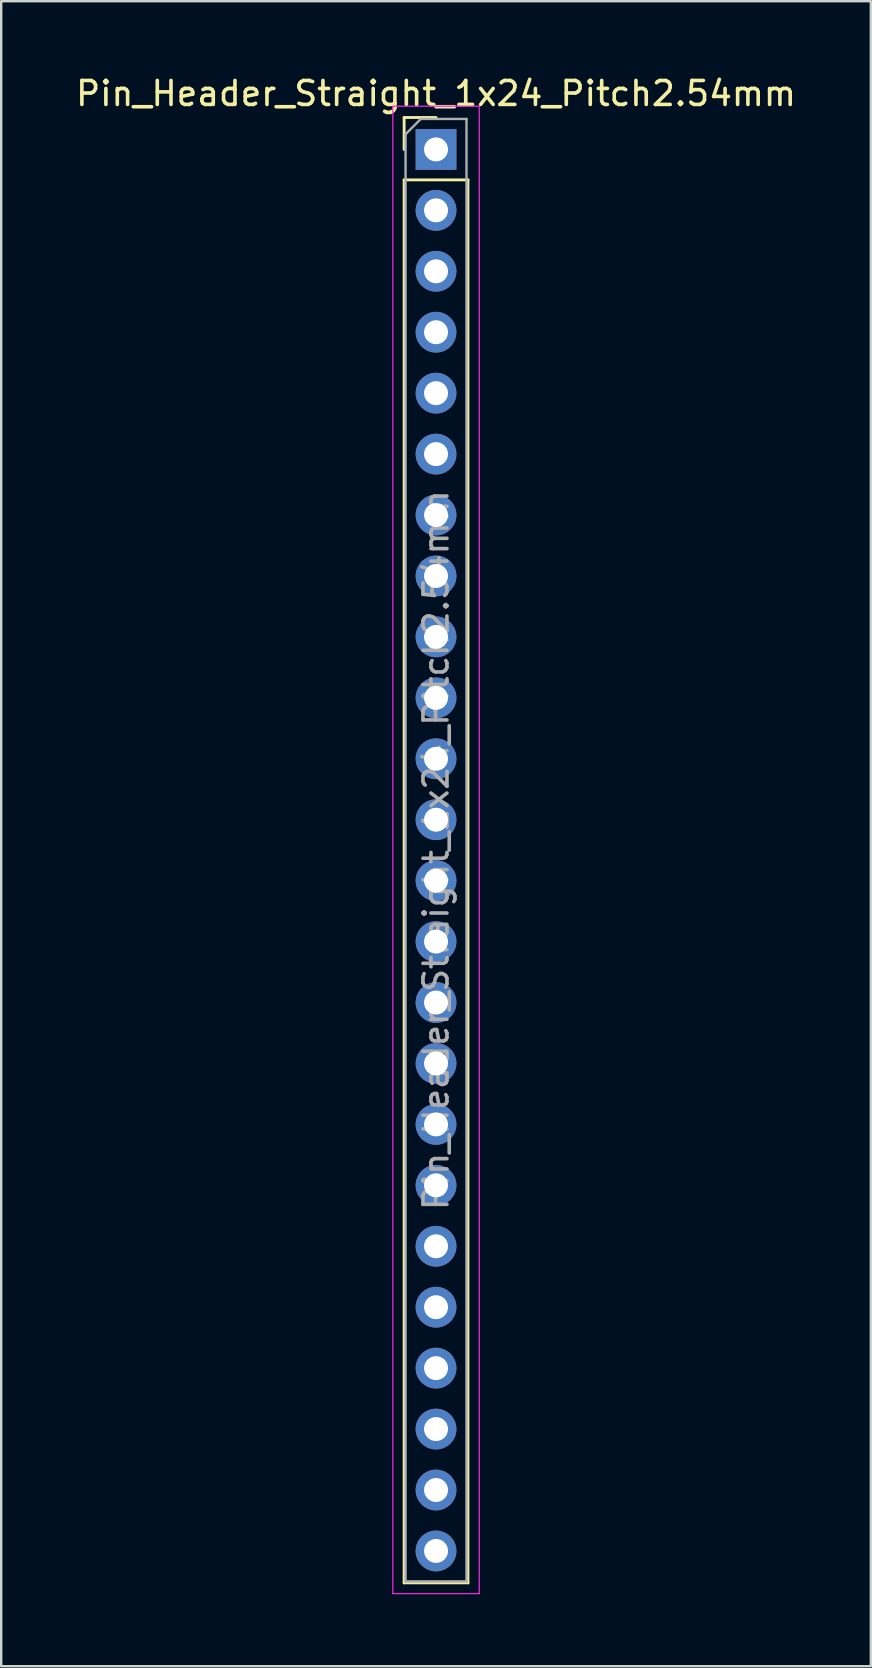
<source format=kicad_pcb>
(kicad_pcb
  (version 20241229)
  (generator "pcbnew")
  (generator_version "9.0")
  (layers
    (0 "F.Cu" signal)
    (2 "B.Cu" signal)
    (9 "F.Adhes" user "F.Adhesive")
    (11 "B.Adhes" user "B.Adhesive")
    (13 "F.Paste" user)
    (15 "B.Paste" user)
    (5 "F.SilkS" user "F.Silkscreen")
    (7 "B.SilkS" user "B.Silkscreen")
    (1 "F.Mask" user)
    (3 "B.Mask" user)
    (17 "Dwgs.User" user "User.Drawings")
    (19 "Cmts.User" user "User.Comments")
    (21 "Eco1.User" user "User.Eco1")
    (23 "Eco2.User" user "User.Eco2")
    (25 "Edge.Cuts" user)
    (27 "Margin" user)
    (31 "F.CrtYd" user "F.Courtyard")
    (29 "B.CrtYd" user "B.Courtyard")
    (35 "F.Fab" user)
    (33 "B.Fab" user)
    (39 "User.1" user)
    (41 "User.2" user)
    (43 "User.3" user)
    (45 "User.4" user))
  (footprint "Pin_Header_Straight_1x24_Pitch2.54mm"
    (layer "F.Cu")
    (at 15.125 3.178)
    (property "Reference" "Pin_Header_Straight_1x24_Pitch2.54mm" (at 0 -2.33 0) (layer "F.SilkS") (effects (font (size 1 1) (thickness 0.15))))
    (attr through_hole)
    (fp_line (start -1.33 -1.33) (end 0 -1.33) (stroke (width 0.12) (type solid)) (layer "F.SilkS"))
    (fp_line (start -1.33 0) (end -1.33 -1.33) (stroke (width 0.12) (type solid)) (layer "F.SilkS"))
    (fp_line (start -1.33 1.27) (end -1.33 59.75) (stroke (width 0.12) (type solid)) (layer "F.SilkS"))
    (fp_line (start -1.33 1.27) (end 1.33 1.27) (stroke (width 0.12) (type solid)) (layer "F.SilkS"))
    (fp_line (start -1.33 59.75) (end 1.33 59.75) (stroke (width 0.12) (type solid)) (layer "F.SilkS"))
    (fp_line (start 1.33 1.27) (end 1.33 59.75) (stroke (width 0.12) (type solid)) (layer "F.SilkS"))
    (fp_line (start -1.8 -1.8) (end -1.8 60.2) (stroke (width 0.05) (type solid)) (layer "F.CrtYd"))
    (fp_line (start -1.8 60.2) (end 1.8 60.2) (stroke (width 0.05) (type solid)) (layer "F.CrtYd"))
    (fp_line (start 1.8 -1.8) (end -1.8 -1.8) (stroke (width 0.05) (type solid)) (layer "F.CrtYd"))
    (fp_line (start 1.8 60.2) (end 1.8 -1.8) (stroke (width 0.05) (type solid)) (layer "F.CrtYd"))
    (fp_line (start -1.27 -0.635) (end -0.635 -1.27) (stroke (width 0.1) (type solid)) (layer "F.Fab"))
    (fp_line (start -1.27 59.69) (end -1.27 -0.635) (stroke (width 0.1) (type solid)) (layer "F.Fab"))
    (fp_line (start -0.635 -1.27) (end 1.27 -1.27) (stroke (width 0.1) (type solid)) (layer "F.Fab"))
    (fp_line (start 1.27 -1.27) (end 1.27 59.69) (stroke (width 0.1) (type solid)) (layer "F.Fab"))
    (fp_line (start 1.27 59.69) (end -1.27 59.69) (stroke (width 0.1) (type solid)) (layer "F.Fab"))
    (fp_text user "${REFERENCE}" (at 0 29.21 90) (layer "F.Fab") (effects (font (size 1 1) (thickness 0.15))))
    (pad "1" thru_hole rect (at 0 0) (size 1.7 1.7) (drill 1) (layers "*.Cu" "*.Mask"))
    (pad "2" thru_hole oval (at 0 2.54) (size 1.7 1.7) (drill 1) (layers "*.Cu" "*.Mask"))
    (pad "3" thru_hole oval (at 0 5.08) (size 1.7 1.7) (drill 1) (layers "*.Cu" "*.Mask"))
    (pad "4" thru_hole oval (at 0 7.62) (size 1.7 1.7) (drill 1) (layers "*.Cu" "*.Mask"))
    (pad "5" thru_hole oval (at 0 10.16) (size 1.7 1.7) (drill 1) (layers "*.Cu" "*.Mask"))
    (pad "6" thru_hole oval (at 0 12.7) (size 1.7 1.7) (drill 1) (layers "*.Cu" "*.Mask"))
    (pad "7" thru_hole oval (at 0 15.24) (size 1.7 1.7) (drill 1) (layers "*.Cu" "*.Mask"))
    (pad "8" thru_hole oval (at 0 17.78) (size 1.7 1.7) (drill 1) (layers "*.Cu" "*.Mask"))
    (pad "9" thru_hole oval (at 0 20.32) (size 1.7 1.7) (drill 1) (layers "*.Cu" "*.Mask"))
    (pad "10" thru_hole oval (at 0 22.86) (size 1.7 1.7) (drill 1) (layers "*.Cu" "*.Mask"))
    (pad "11" thru_hole oval (at 0 25.4) (size 1.7 1.7) (drill 1) (layers "*.Cu" "*.Mask"))
    (pad "12" thru_hole oval (at 0 27.94) (size 1.7 1.7) (drill 1) (layers "*.Cu" "*.Mask"))
    (pad "13" thru_hole oval (at 0 30.48) (size 1.7 1.7) (drill 1) (layers "*.Cu" "*.Mask"))
    (pad "14" thru_hole oval (at 0 33.02) (size 1.7 1.7) (drill 1) (layers "*.Cu" "*.Mask"))
    (pad "15" thru_hole oval (at 0 35.56) (size 1.7 1.7) (drill 1) (layers "*.Cu" "*.Mask"))
    (pad "16" thru_hole oval (at 0 38.1) (size 1.7 1.7) (drill 1) (layers "*.Cu" "*.Mask"))
    (pad "17" thru_hole oval (at 0 40.64) (size 1.7 1.7) (drill 1) (layers "*.Cu" "*.Mask"))
    (pad "18" thru_hole oval (at 0 43.18) (size 1.7 1.7) (drill 1) (layers "*.Cu" "*.Mask"))
    (pad "19" thru_hole oval (at 0 45.72) (size 1.7 1.7) (drill 1) (layers "*.Cu" "*.Mask"))
    (pad "20" thru_hole oval (at 0 48.26) (size 1.7 1.7) (drill 1) (layers "*.Cu" "*.Mask"))
    (pad "21" thru_hole oval (at 0 50.8) (size 1.7 1.7) (drill 1) (layers "*.Cu" "*.Mask"))
    (pad "22" thru_hole oval (at 0 53.34) (size 1.7 1.7) (drill 1) (layers "*.Cu" "*.Mask"))
    (pad "23" thru_hole oval (at 0 55.88) (size 1.7 1.7) (drill 1) (layers "*.Cu" "*.Mask"))
    (pad "24" thru_hole oval (at 0 58.42) (size 1.7 1.7) (drill 1) (layers "*.Cu" "*.Mask")))
  (gr_rect
    (start -3 -3)
    (end 33.25 66.403)
    (stroke (width 0.1) (type default))
    (fill no)
    (layer "Edge.Cuts")))
</source>
